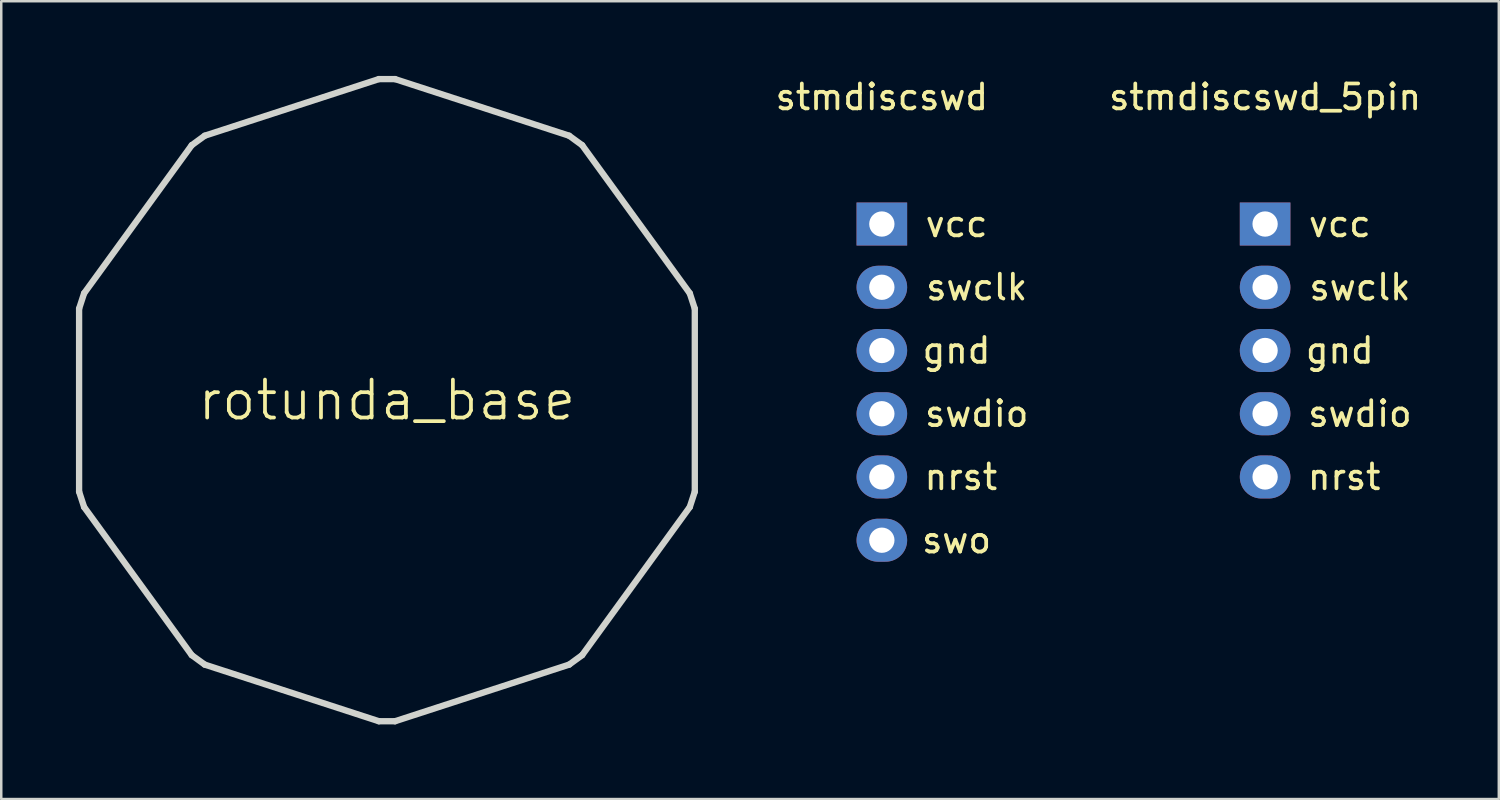
<source format=kicad_pcb>
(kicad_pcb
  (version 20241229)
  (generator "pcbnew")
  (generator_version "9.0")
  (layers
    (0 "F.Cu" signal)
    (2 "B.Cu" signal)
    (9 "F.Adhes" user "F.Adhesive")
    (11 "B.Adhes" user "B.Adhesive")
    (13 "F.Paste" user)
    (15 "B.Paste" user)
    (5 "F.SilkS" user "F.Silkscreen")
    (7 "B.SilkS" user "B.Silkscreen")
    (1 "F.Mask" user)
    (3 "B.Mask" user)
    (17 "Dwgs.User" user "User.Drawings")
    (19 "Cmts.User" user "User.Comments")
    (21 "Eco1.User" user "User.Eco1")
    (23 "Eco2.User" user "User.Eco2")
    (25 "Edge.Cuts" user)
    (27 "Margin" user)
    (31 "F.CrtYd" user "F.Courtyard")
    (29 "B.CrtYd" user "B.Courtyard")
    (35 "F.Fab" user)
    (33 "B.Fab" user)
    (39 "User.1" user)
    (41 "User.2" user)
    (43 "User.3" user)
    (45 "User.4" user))
  (footprint "stmdiscswd_5pin"
    (layer "F.Cu")
    (at 47.764 5.948)
    (property "Reference" "stmdiscswd_5pin" (at 0 -5.1 0) (layer "F.SilkS") (effects (font (size 1 1) (thickness 0.15))))
    (attr through_hole)
    (fp_text user "nrst" (at 3.175 10.16 0) (layer "F.SilkS") (effects (font (size 1 1) (thickness 0.15))))
    (fp_text user "swdio" (at 3.81 7.62 0) (layer "F.SilkS") (effects (font (size 1 1) (thickness 0.15))))
    (fp_text user "gnd" (at 3 5.08 0) (layer "F.SilkS") (effects (font (size 1 1) (thickness 0.15))))
    (fp_text user "vcc" (at 3 0 0) (layer "F.SilkS") (effects (font (size 1 1) (thickness 0.15))))
    (fp_text user "swclk" (at 3.81 2.54 0) (layer "F.SilkS") (effects (font (size 1 1) (thickness 0.15))))
    (pad "1" thru_hole rect (at 0 0) (size 2.032 1.727) (drill 1.016) (layers "*.Cu" "*.Mask"))
    (pad "2" thru_hole oval (at 0 2.54) (size 2.032 1.727) (drill 1.016) (layers "*.Cu" "*.Mask"))
    (pad "3" thru_hole oval (at 0 5.08) (size 2.032 1.727) (drill 1.016) (layers "*.Cu" "*.Mask"))
    (pad "4" thru_hole oval (at 0 7.62) (size 2.032 1.727) (drill 1.016) (layers "*.Cu" "*.Mask"))
    (pad "5" thru_hole oval (at 0 10.16) (size 2.032 1.727) (drill 1.016) (layers "*.Cu" "*.Mask")))
  (footprint "stmdiscswd"
    (layer "F.Cu")
    (at 32.37 5.948)
    (property "Reference" "stmdiscswd" (at 0 -5.1 0) (layer "F.SilkS") (effects (font (size 1 1) (thickness 0.15))))
    (attr through_hole)
    (fp_text user "gnd" (at 3 5.08 0) (layer "F.SilkS") (effects (font (size 1 1) (thickness 0.15))))
    (fp_text user "nrst" (at 3.175 10.16 0) (layer "F.SilkS") (effects (font (size 1 1) (thickness 0.15))))
    (fp_text user "swclk" (at 3.81 2.54 0) (layer "F.SilkS") (effects (font (size 1 1) (thickness 0.15))))
    (fp_text user "vcc" (at 3 0 0) (layer "F.SilkS") (effects (font (size 1 1) (thickness 0.15))))
    (fp_text user "swo" (at 3 12.7 0) (layer "F.SilkS") (effects (font (size 1 1) (thickness 0.15))))
    (fp_text user "swdio" (at 3.81 7.62 0) (layer "F.SilkS") (effects (font (size 1 1) (thickness 0.15))))
    (pad "1" thru_hole rect (at 0 0) (size 2.032 1.727) (drill 1.016) (layers "*.Cu" "*.Mask"))
    (pad "2" thru_hole oval (at 0 2.54) (size 2.032 1.727) (drill 1.016) (layers "*.Cu" "*.Mask"))
    (pad "3" thru_hole oval (at 0 5.08) (size 2.032 1.727) (drill 1.016) (layers "*.Cu" "*.Mask"))
    (pad "4" thru_hole oval (at 0 7.62) (size 2.032 1.727) (drill 1.016) (layers "*.Cu" "*.Mask"))
    (pad "5" thru_hole oval (at 0 10.16) (size 2.032 1.727) (drill 1.016) (layers "*.Cu" "*.Mask"))
    (pad "6" thru_hole oval (at 0 12.7) (size 2.032 1.727) (drill 1.016) (layers "*.Cu" "*.Mask")))
  (footprint "rotunda_base"
    (layer "F.Cu")
    (at 12.492 13.023)
    (property "Reference" "rotunda_base" (at 0 0 0) (layer "F.SilkS") (effects (font (size 1.524 1.524) (thickness 0.15))))
    (attr through_hole)
    (fp_line (start -12.365 -3.675) (end -12.365 3.675) (stroke (width 0.254) (type solid)) (layer "Edge.Cuts"))
    (fp_line (start -12.365 3.675) (end -12.164 4.293) (stroke (width 0.254) (type solid)) (layer "Edge.Cuts"))
    (fp_line (start -12.164 -4.293) (end -12.365 -3.675) (stroke (width 0.254) (type solid)) (layer "Edge.Cuts"))
    (fp_line (start -12.164 4.293) (end -7.841 10.241) (stroke (width 0.254) (type solid)) (layer "Edge.Cuts"))
    (fp_line (start -7.841 -10.241) (end -12.164 -4.293) (stroke (width 0.254) (type solid)) (layer "Edge.Cuts"))
    (fp_line (start -7.841 10.241) (end -7.318 10.622) (stroke (width 0.254) (type solid)) (layer "Edge.Cuts"))
    (fp_line (start -7.318 -10.622) (end -7.841 -10.241) (stroke (width 0.254) (type solid)) (layer "Edge.Cuts"))
    (fp_line (start -7.318 10.622) (end -0.325 12.896) (stroke (width 0.254) (type solid)) (layer "Edge.Cuts"))
    (fp_line (start -0.325 -12.896) (end -7.318 -10.622) (stroke (width 0.254) (type solid)) (layer "Edge.Cuts"))
    (fp_line (start -0.325 12.896) (end 0.325 12.896) (stroke (width 0.254) (type solid)) (layer "Edge.Cuts"))
    (fp_line (start 0.325 -12.896) (end -0.325 -12.896) (stroke (width 0.254) (type solid)) (layer "Edge.Cuts"))
    (fp_line (start 0.325 12.896) (end 7.318 10.622) (stroke (width 0.254) (type solid)) (layer "Edge.Cuts"))
    (fp_line (start 7.318 -10.622) (end 0.325 -12.896) (stroke (width 0.254) (type solid)) (layer "Edge.Cuts"))
    (fp_line (start 7.318 10.622) (end 7.841 10.241) (stroke (width 0.254) (type solid)) (layer "Edge.Cuts"))
    (fp_line (start 7.841 -10.241) (end 7.318 -10.622) (stroke (width 0.254) (type solid)) (layer "Edge.Cuts"))
    (fp_line (start 7.841 10.241) (end 12.164 4.293) (stroke (width 0.254) (type solid)) (layer "Edge.Cuts"))
    (fp_line (start 12.164 -4.293) (end 7.841 -10.241) (stroke (width 0.254) (type solid)) (layer "Edge.Cuts"))
    (fp_line (start 12.164 4.293) (end 12.365 3.675) (stroke (width 0.254) (type solid)) (layer "Edge.Cuts"))
    (fp_line (start 12.365 -3.675) (end 12.164 -4.293) (stroke (width 0.254) (type solid)) (layer "Edge.Cuts"))
    (fp_line (start 12.365 3.675) (end 12.365 -3.675) (stroke (width 0.254) (type solid)) (layer "Edge.Cuts")))
  (gr_rect
    (start -3 -3)
    (end 57.151 29.045)
    (stroke (width 0.1) (type default))
    (fill no)
    (layer "Edge.Cuts")))
</source>
